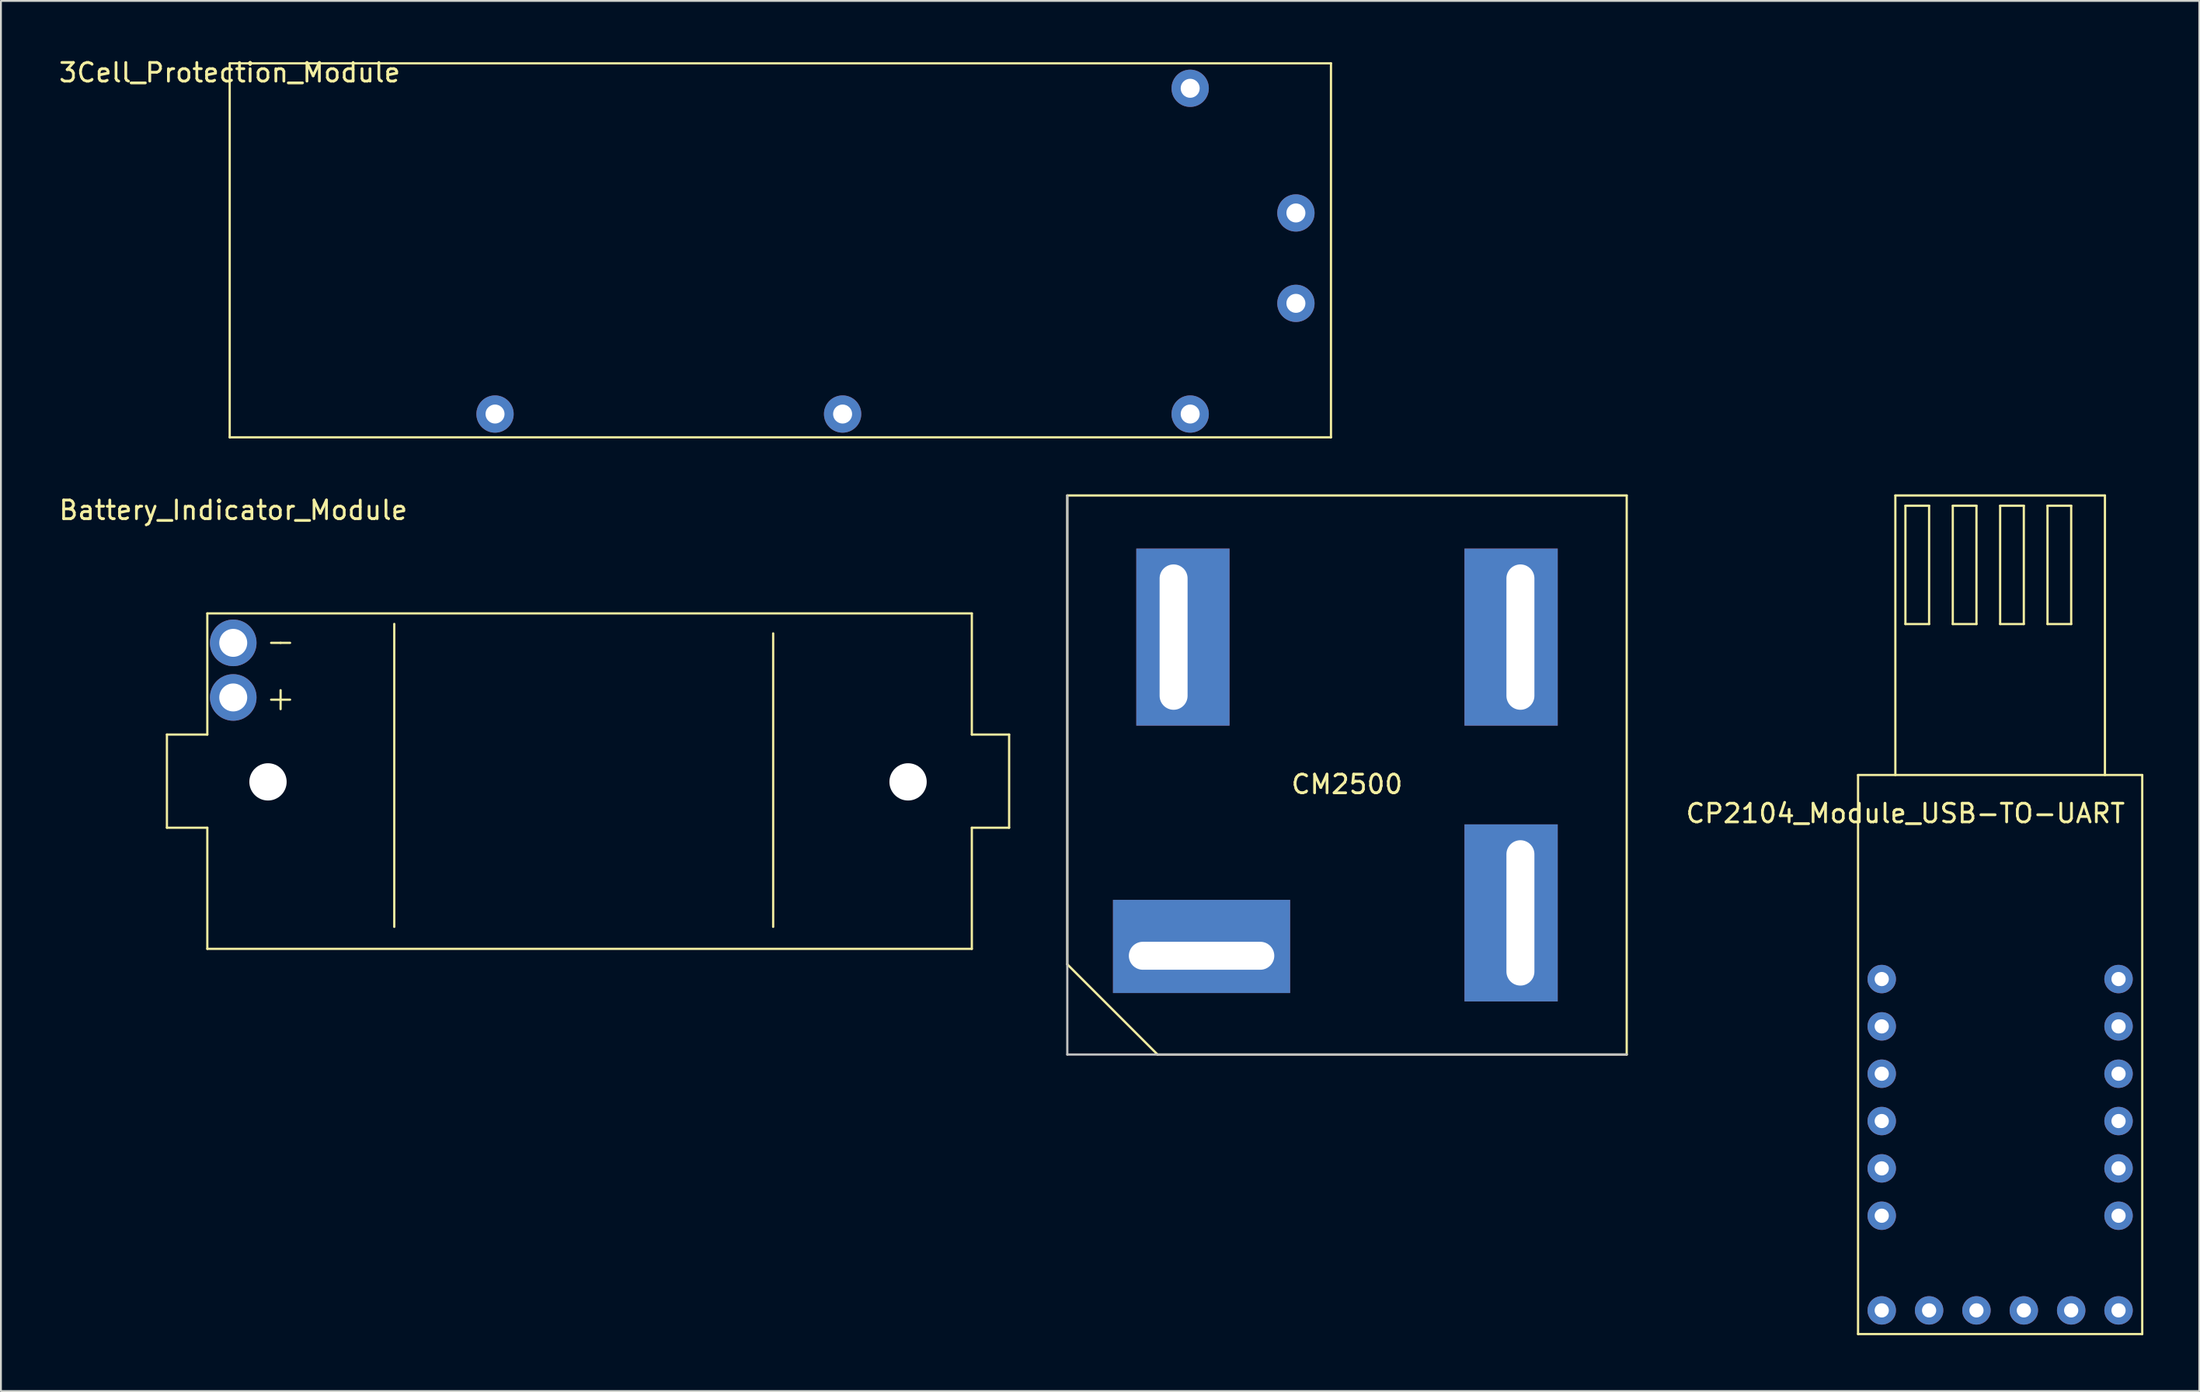
<source format=kicad_pcb>
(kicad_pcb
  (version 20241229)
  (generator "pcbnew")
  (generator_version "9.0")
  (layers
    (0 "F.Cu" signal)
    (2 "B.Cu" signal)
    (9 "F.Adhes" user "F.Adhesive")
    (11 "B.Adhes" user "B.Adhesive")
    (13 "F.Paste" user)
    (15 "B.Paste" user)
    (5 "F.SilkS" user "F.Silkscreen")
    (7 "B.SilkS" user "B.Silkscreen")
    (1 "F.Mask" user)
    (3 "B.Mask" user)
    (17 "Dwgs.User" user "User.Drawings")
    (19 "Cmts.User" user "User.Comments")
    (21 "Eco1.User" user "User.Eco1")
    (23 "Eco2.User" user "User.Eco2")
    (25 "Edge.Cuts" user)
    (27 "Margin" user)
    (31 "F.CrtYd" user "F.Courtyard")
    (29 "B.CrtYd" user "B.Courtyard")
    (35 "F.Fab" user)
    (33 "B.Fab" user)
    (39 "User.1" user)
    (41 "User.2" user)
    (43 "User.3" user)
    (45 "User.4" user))
  (footprint "Battery_Indicator_Module"
    (layer "F.Cu")
    (at 9.458 31.447)
    (property "Reference" "Battery_Indicator_Module" (at 0 -7.12 0) (layer "F.SilkS") (effects (font (size 1 1) (thickness 0.15))))
    (attr through_hole)
    (fp_line (start -3.556 4.92) (end -3.556 9.92) (stroke (width 0.12) (type solid)) (layer "F.SilkS"))
    (fp_line (start -3.556 9.92) (end -1.39 9.92) (stroke (width 0.12) (type solid)) (layer "F.SilkS"))
    (fp_line (start -1.39 -1.58) (end 39.61 -1.58) (stroke (width 0.12) (type solid)) (layer "F.SilkS"))
    (fp_line (start -1.39 4.92) (end -3.556 4.92) (stroke (width 0.12) (type solid)) (layer "F.SilkS"))
    (fp_line (start -1.39 4.92) (end -1.39 -1.58) (stroke (width 0.12) (type solid)) (layer "F.SilkS"))
    (fp_line (start -1.39 9.92) (end -1.39 16.42) (stroke (width 0.12) (type solid)) (layer "F.SilkS"))
    (fp_line (start -1.39 16.42) (end 39.61 16.42) (stroke (width 0.12) (type solid)) (layer "F.SilkS"))
    (fp_line (start 2.032 0) (end 2.54 0) (stroke (width 0.12) (type solid)) (layer "F.SilkS"))
    (fp_line (start 2.032 3.048) (end 3.048 3.048) (stroke (width 0.12) (type solid)) (layer "F.SilkS"))
    (fp_line (start 2.54 0) (end 3.048 0) (stroke (width 0.12) (type solid)) (layer "F.SilkS"))
    (fp_line (start 2.54 2.54) (end 2.54 3.556) (stroke (width 0.12) (type solid)) (layer "F.SilkS"))
    (fp_line (start 8.636 -1.016) (end 8.636 15.24) (stroke (width 0.12) (type solid)) (layer "F.SilkS"))
    (fp_line (start 28.956 -0.508) (end 28.956 15.24) (stroke (width 0.12) (type solid)) (layer "F.SilkS"))
    (fp_line (start 39.61 4.92) (end 39.61 -1.58) (stroke (width 0.12) (type solid)) (layer "F.SilkS"))
    (fp_line (start 39.61 4.92) (end 41.61 4.92) (stroke (width 0.12) (type solid)) (layer "F.SilkS"))
    (fp_line (start 39.61 16.42) (end 39.61 9.92) (stroke (width 0.12) (type solid)) (layer "F.SilkS"))
    (fp_line (start 41.61 4.92) (end 41.61 9.92) (stroke (width 0.12) (type solid)) (layer "F.SilkS"))
    (fp_line (start 41.61 9.92) (end 39.61 9.92) (stroke (width 0.12) (type solid)) (layer "F.SilkS"))
    (pad "" np_thru_hole circle (at 1.864 7.46) (size 2 2) (drill 2) (layers "*.Cu" "*.Mask"))
    (pad "" np_thru_hole circle (at 36.19 7.46) (size 2 2) (drill 2) (layers "*.Cu" "*.Mask"))
    (pad "1" thru_hole circle (at 0 2.93) (size 2.5 2.5) (drill 1.5) (layers "*.Cu" "*.Mask"))
    (pad "2" thru_hole circle (at 0 0) (size 2.5 2.5) (drill 1.5) (layers "*.Cu" "*.Mask")))
  (footprint "CM2500"
    (layer "F.Cu")
    (at 69.188 38.538)
    (property "Reference" "CM2500" (at 0 0.5 0) (layer "F.SilkS") (effects (font (size 1 1) (thickness 0.15))))
    (attr through_hole)
    (fp_line (start -15 -15) (end -15 10.16) (stroke (width 0.12) (type solid)) (layer "F.SilkS"))
    (fp_line (start -15 10.16) (end -10.16 15) (stroke (width 0.12) (type solid)) (layer "F.SilkS"))
    (fp_line (start 15 -15) (end -15 -15) (stroke (width 0.12) (type solid)) (layer "F.SilkS"))
    (fp_line (start 15 -15) (end 15 15) (stroke (width 0.12) (type solid)) (layer "F.SilkS"))
    (fp_line (start 15 15) (end -10.16 15) (stroke (width 0.12) (type solid)) (layer "F.SilkS"))
    (fp_line (start -15 -15) (end -15 15) (stroke (width 0.12) (type solid)) (layer "Dwgs.User"))
    (fp_line (start 15 15) (end -15 15) (stroke (width 0.12) (type solid)) (layer "Dwgs.User"))
    (pad "1" thru_hole rect (at -9.3 -7.4 180) (size 5 9.5) (drill oval 1.5 7.8 (offset -0.5 0)) (layers "*.Cu" "*.Mask"))
    (pad "2" thru_hole rect (at 9.3 -7.4) (size 5 9.5) (drill oval 1.5 7.8 (offset -0.5 0)) (layers "*.Cu" "*.Mask"))
    (pad "3" thru_hole rect (at -7.8 9.7 270) (size 5 9.5) (drill oval 1.5 7.8 (offset -0.5 0)) (layers "*.Cu" "*.Mask"))
    (pad "4" thru_hole rect (at 9.3 7.4) (size 5 9.5) (drill oval 1.5 7.8 (offset -0.5 0)) (layers "*.Cu" "*.Mask")))
  (footprint "3Cell_Protection_Module"
    (layer "F.Cu")
    (at 9.268 0.348)
    (property "Reference" "3Cell_Protection_Module" (at 0 0.5 0) (layer "F.SilkS") (effects (font (size 1 1) (thickness 0.15))))
    (attr through_hole)
    (fp_line (start 0 0) (end 0 20.07) (stroke (width 0.12) (type solid)) (layer "F.SilkS"))
    (fp_line (start 0 0) (end 59.06 0) (stroke (width 0.12) (type solid)) (layer "F.SilkS"))
    (fp_line (start 0 20.07) (end 59.06 20.07) (stroke (width 0.12) (type solid)) (layer "F.SilkS"))
    (fp_line (start 59.06 20.07) (end 59.06 0) (stroke (width 0.12) (type solid)) (layer "F.SilkS"))
    (pad "1" thru_hole circle (at 51.51 1.34) (size 2 2) (drill 1.02) (layers "*.Cu" "*.Mask"))
    (pad "2" thru_hole circle (at 51.51 18.82) (size 2 2) (drill 1.02) (layers "*.Cu" "*.Mask"))
    (pad "3" thru_hole circle (at 32.87 18.82) (size 2 2) (drill 1.02) (layers "*.Cu" "*.Mask"))
    (pad "4" thru_hole circle (at 14.23 18.82) (size 2 2) (drill 1.02) (layers "*.Cu" "*.Mask"))
    (pad "5" thru_hole circle (at 57.18 8.03) (size 2 2) (drill 1.02) (layers "*.Cu" "*.Mask"))
    (pad "6" thru_hole circle (at 57.18 12.88) (size 2 2) (drill 1.02) (layers "*.Cu" "*.Mask")))
  (footprint "CP2104_Module_USB-TO-UART"
    (layer "F.Cu")
    (at 97.865 67.268)
    (property "Reference" "CP2104_Module_USB-TO-UART" (at 1.27 -26.67 0) (layer "F.SilkS") (effects (font (size 1 1) (thickness 0.15))))
    (attr through_hole)
    (fp_line (start -1.27 -28.73) (end -1.27 1.27) (stroke (width 0.12) (type solid)) (layer "F.SilkS"))
    (fp_line (start -1.27 1.27) (end 13.97 1.27) (stroke (width 0.12) (type solid)) (layer "F.SilkS"))
    (fp_line (start 0.73 -43.73) (end 11.97 -43.73) (stroke (width 0.12) (type solid)) (layer "F.SilkS"))
    (fp_line (start 0.73 -28.73) (end 0.73 -43.73) (stroke (width 0.12) (type solid)) (layer "F.SilkS"))
    (fp_line (start 1.27 -43.18) (end 2.54 -43.18) (stroke (width 0.12) (type solid)) (layer "F.SilkS"))
    (fp_line (start 1.27 -36.83) (end 1.27 -43.18) (stroke (width 0.12) (type solid)) (layer "F.SilkS"))
    (fp_line (start 2.54 -43.18) (end 2.54 -36.83) (stroke (width 0.12) (type solid)) (layer "F.SilkS"))
    (fp_line (start 2.54 -36.83) (end 1.27 -36.83) (stroke (width 0.12) (type solid)) (layer "F.SilkS"))
    (fp_line (start 3.81 -43.18) (end 3.81 -36.83) (stroke (width 0.12) (type solid)) (layer "F.SilkS"))
    (fp_line (start 3.81 -36.83) (end 5.08 -36.83) (stroke (width 0.12) (type solid)) (layer "F.SilkS"))
    (fp_line (start 5.08 -43.18) (end 3.81 -43.18) (stroke (width 0.12) (type solid)) (layer "F.SilkS"))
    (fp_line (start 5.08 -36.83) (end 5.08 -43.18) (stroke (width 0.12) (type solid)) (layer "F.SilkS"))
    (fp_line (start 6.35 -43.18) (end 6.35 -36.83) (stroke (width 0.12) (type solid)) (layer "F.SilkS"))
    (fp_line (start 6.35 -36.83) (end 7.62 -36.83) (stroke (width 0.12) (type solid)) (layer "F.SilkS"))
    (fp_line (start 7.62 -43.18) (end 6.35 -43.18) (stroke (width 0.12) (type solid)) (layer "F.SilkS"))
    (fp_line (start 7.62 -36.83) (end 7.62 -43.18) (stroke (width 0.12) (type solid)) (layer "F.SilkS"))
    (fp_line (start 8.89 -43.18) (end 8.89 -36.83) (stroke (width 0.12) (type solid)) (layer "F.SilkS"))
    (fp_line (start 8.89 -36.83) (end 10.16 -36.83) (stroke (width 0.12) (type solid)) (layer "F.SilkS"))
    (fp_line (start 10.16 -43.18) (end 8.89 -43.18) (stroke (width 0.12) (type solid)) (layer "F.SilkS"))
    (fp_line (start 10.16 -36.83) (end 10.16 -43.18) (stroke (width 0.12) (type solid)) (layer "F.SilkS"))
    (fp_line (start 11.97 -43.73) (end 11.97 -28.73) (stroke (width 0.12) (type solid)) (layer "F.SilkS"))
    (fp_line (start 13.97 -28.73) (end -1.27 -28.73) (stroke (width 0.12) (type solid)) (layer "F.SilkS"))
    (fp_line (start 13.97 1.27) (end 13.97 -28.73) (stroke (width 0.12) (type solid)) (layer "F.SilkS"))
    (pad "1" thru_hole circle (at 0 -17.78) (size 1.524 1.524) (drill 0.762) (layers "*.Cu" "*.Mask"))
    (pad "2" thru_hole circle (at 0 -15.24) (size 1.524 1.524) (drill 0.762) (layers "*.Cu" "*.Mask"))
    (pad "3" thru_hole circle (at 0 -12.7) (size 1.524 1.524) (drill 0.762) (layers "*.Cu" "*.Mask"))
    (pad "4" thru_hole circle (at 0 -10.16) (size 1.524 1.524) (drill 0.762) (layers "*.Cu" "*.Mask"))
    (pad "5" thru_hole circle (at 0 -7.62) (size 1.524 1.524) (drill 0.762) (layers "*.Cu" "*.Mask"))
    (pad "6" thru_hole circle (at 0 -5.08) (size 1.524 1.524) (drill 0.762) (layers "*.Cu" "*.Mask"))
    (pad "7" thru_hole circle (at 0 0) (size 1.524 1.524) (drill 0.762) (layers "*.Cu" "*.Mask"))
    (pad "8" thru_hole circle (at 2.54 0) (size 1.524 1.524) (drill 0.762) (layers "*.Cu" "*.Mask"))
    (pad "9" thru_hole circle (at 5.08 0) (size 1.524 1.524) (drill 0.762) (layers "*.Cu" "*.Mask"))
    (pad "10" thru_hole circle (at 7.62 0) (size 1.524 1.524) (drill 0.762) (layers "*.Cu" "*.Mask"))
    (pad "11" thru_hole circle (at 10.16 0) (size 1.524 1.524) (drill 0.762) (layers "*.Cu" "*.Mask"))
    (pad "12" thru_hole circle (at 12.7 0) (size 1.524 1.524) (drill 0.762) (layers "*.Cu" "*.Mask"))
    (pad "13" thru_hole circle (at 12.7 -5.08) (size 1.524 1.524) (drill 0.762) (layers "*.Cu" "*.Mask"))
    (pad "14" thru_hole circle (at 12.7 -7.62) (size 1.524 1.524) (drill 0.762) (layers "*.Cu" "*.Mask"))
    (pad "15" thru_hole circle (at 12.7 -10.16) (size 1.524 1.524) (drill 0.762) (layers "*.Cu" "*.Mask"))
    (pad "16" thru_hole circle (at 12.7 -12.7) (size 1.524 1.524) (drill 0.762) (layers "*.Cu" "*.Mask"))
    (pad "17" thru_hole circle (at 12.7 -15.24) (size 1.524 1.524) (drill 0.762) (layers "*.Cu" "*.Mask"))
    (pad "18" thru_hole circle (at 12.7 -17.78) (size 1.524 1.524) (drill 0.762) (layers "*.Cu" "*.Mask")))
  (gr_rect
    (start -3 -3)
    (end 114.895 71.598)
    (stroke (width 0.1) (type default))
    (fill no)
    (layer "Edge.Cuts")))
</source>
